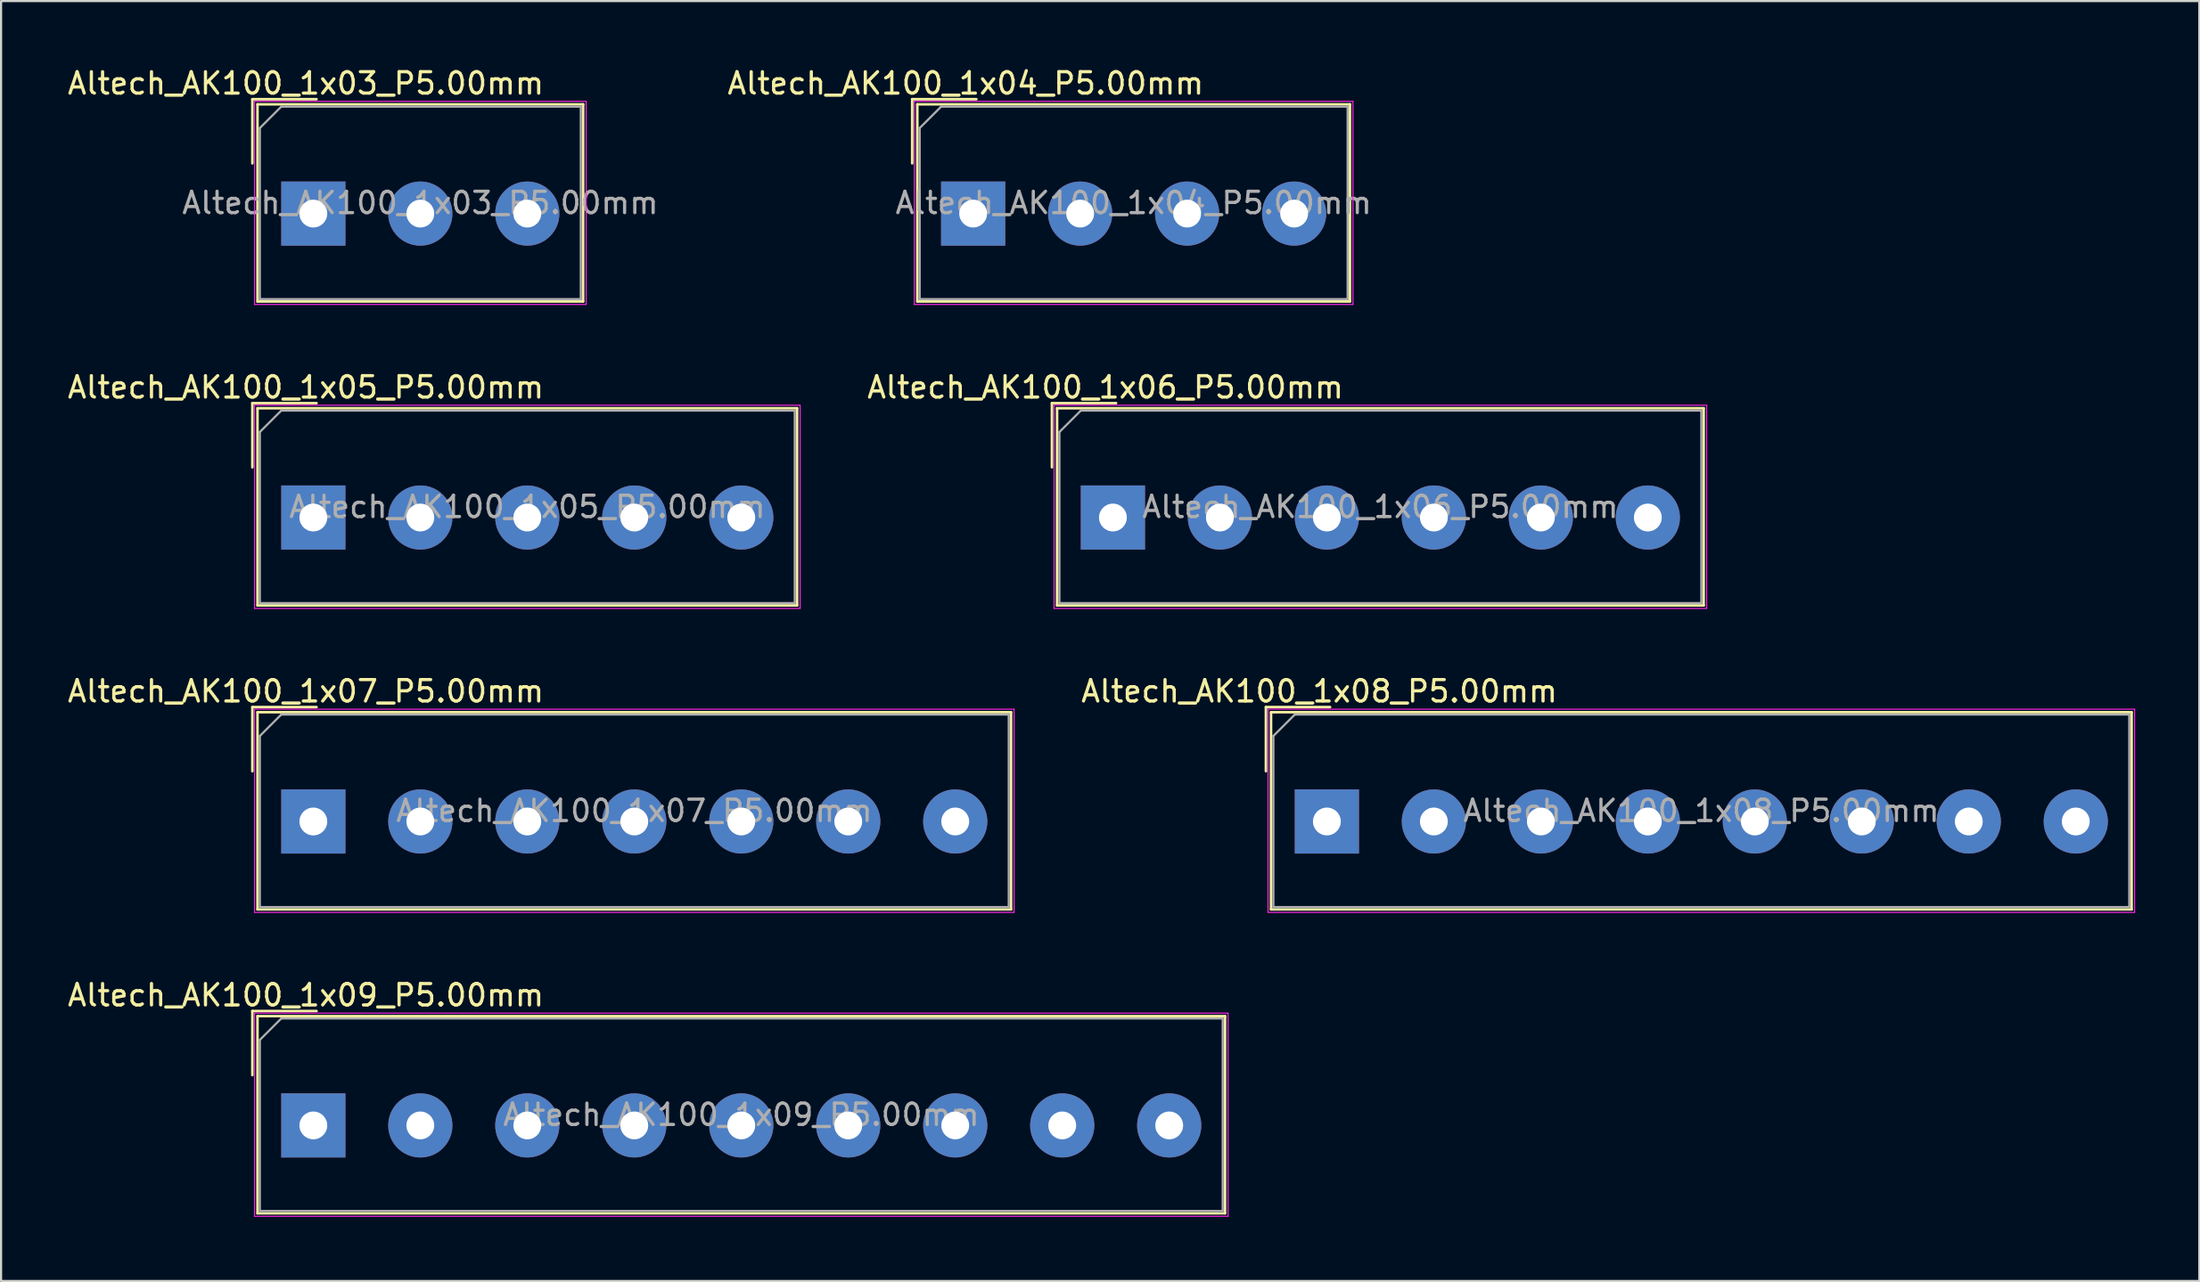
<source format=kicad_pcb>
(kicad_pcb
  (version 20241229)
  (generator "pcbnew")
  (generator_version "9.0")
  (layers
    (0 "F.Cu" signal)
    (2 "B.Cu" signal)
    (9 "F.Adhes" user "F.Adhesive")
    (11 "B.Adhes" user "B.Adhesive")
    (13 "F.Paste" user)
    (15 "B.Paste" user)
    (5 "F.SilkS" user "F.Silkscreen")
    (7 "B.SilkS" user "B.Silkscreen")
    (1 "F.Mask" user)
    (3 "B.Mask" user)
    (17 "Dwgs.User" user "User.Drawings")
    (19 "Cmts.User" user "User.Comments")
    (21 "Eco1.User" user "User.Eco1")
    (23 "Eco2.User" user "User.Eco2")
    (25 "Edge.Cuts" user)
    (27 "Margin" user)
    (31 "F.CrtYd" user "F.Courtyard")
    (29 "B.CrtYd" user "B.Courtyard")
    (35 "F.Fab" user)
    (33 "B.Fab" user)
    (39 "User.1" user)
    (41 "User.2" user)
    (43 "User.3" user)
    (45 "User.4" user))
  (footprint "Altech_AK100_1x06_P5.00mm"
    (layer "F.Cu")
    (at 48.963 21.151)
    (property "Reference" "Altech_AK100_1x06_P5.00mm" (at -0.35 -6.09 0) (layer "F.SilkS") (effects (font (size 1 1) (thickness 0.15))))
    (attr through_hole)
    (fp_line (start -2.85 -5.35) (end 0.15 -5.35) (stroke (width 0.12) (type solid)) (layer "F.SilkS"))
    (fp_line (start -2.85 -2.35) (end -2.85 -5.35) (stroke (width 0.12) (type solid)) (layer "F.SilkS"))
    (fp_line (start -2.61 -5.11) (end -2.61 4.11) (stroke (width 0.12) (type solid)) (layer "F.SilkS"))
    (fp_line (start -2.61 -5.11) (end 27.61 -5.11) (stroke (width 0.12) (type solid)) (layer "F.SilkS"))
    (fp_line (start -2.61 4.11) (end 27.61 4.11) (stroke (width 0.12) (type solid)) (layer "F.SilkS"))
    (fp_line (start 27.61 -5.11) (end 27.61 4.11) (stroke (width 0.12) (type solid)) (layer "F.SilkS"))
    (fp_line (start -2.75 -5.25) (end -2.75 4.25) (stroke (width 0.05) (type solid)) (layer "F.CrtYd"))
    (fp_line (start -2.75 -5.25) (end 27.75 -5.25) (stroke (width 0.05) (type solid)) (layer "F.CrtYd"))
    (fp_line (start -2.75 4.25) (end 27.75 4.25) (stroke (width 0.05) (type solid)) (layer "F.CrtYd"))
    (fp_line (start 27.75 -5.25) (end 27.75 4.25) (stroke (width 0.05) (type solid)) (layer "F.CrtYd"))
    (fp_line (start -2.5 -4) (end -1.5 -5) (stroke (width 0.1) (type solid)) (layer "F.Fab"))
    (fp_line (start -2.5 4) (end -2.5 -4) (stroke (width 0.1) (type solid)) (layer "F.Fab"))
    (fp_line (start -1.5 -5) (end 27.5 -5) (stroke (width 0.1) (type solid)) (layer "F.Fab"))
    (fp_line (start 27.5 -5) (end 27.5 4) (stroke (width 0.1) (type solid)) (layer "F.Fab"))
    (fp_line (start 27.5 4) (end -2.5 4) (stroke (width 0.1) (type solid)) (layer "F.Fab"))
    (fp_text user "${REFERENCE}" (at 12.5 -0.5 0) (layer "F.Fab") (effects (font (size 1 1) (thickness 0.15))))
    (pad "1" thru_hole rect (at 0 0) (size 3 3) (drill 1.3) (layers "*.Cu" "*.Mask"))
    (pad "2" thru_hole circle (at 5 0) (size 3 3) (drill 1.3) (layers "*.Cu" "*.Mask"))
    (pad "3" thru_hole circle (at 10 0) (size 3 3) (drill 1.3) (layers "*.Cu" "*.Mask"))
    (pad "4" thru_hole circle (at 15 0) (size 3 3) (drill 1.3) (layers "*.Cu" "*.Mask"))
    (pad "5" thru_hole circle (at 20 0) (size 3 3) (drill 1.3) (layers "*.Cu" "*.Mask"))
    (pad "6" thru_hole circle (at 25 0) (size 3 3) (drill 1.3) (layers "*.Cu" "*.Mask")))
  (footprint "Altech_AK100_1x04_P5.00mm"
    (layer "F.Cu")
    (at 42.432 6.938)
    (property "Reference" "Altech_AK100_1x04_P5.00mm" (at -0.35 -6.09 0) (layer "F.SilkS") (effects (font (size 1 1) (thickness 0.15))))
    (attr through_hole)
    (fp_line (start -2.85 -5.35) (end 0.15 -5.35) (stroke (width 0.12) (type solid)) (layer "F.SilkS"))
    (fp_line (start -2.85 -2.35) (end -2.85 -5.35) (stroke (width 0.12) (type solid)) (layer "F.SilkS"))
    (fp_line (start -2.61 -5.11) (end -2.61 4.11) (stroke (width 0.12) (type solid)) (layer "F.SilkS"))
    (fp_line (start -2.61 -5.11) (end 17.61 -5.11) (stroke (width 0.12) (type solid)) (layer "F.SilkS"))
    (fp_line (start -2.61 4.11) (end 17.61 4.11) (stroke (width 0.12) (type solid)) (layer "F.SilkS"))
    (fp_line (start 17.61 -5.11) (end 17.61 4.11) (stroke (width 0.12) (type solid)) (layer "F.SilkS"))
    (fp_line (start -2.75 -5.25) (end -2.75 4.25) (stroke (width 0.05) (type solid)) (layer "F.CrtYd"))
    (fp_line (start -2.75 -5.25) (end 17.75 -5.25) (stroke (width 0.05) (type solid)) (layer "F.CrtYd"))
    (fp_line (start -2.75 4.25) (end 17.75 4.25) (stroke (width 0.05) (type solid)) (layer "F.CrtYd"))
    (fp_line (start 17.75 -5.25) (end 17.75 4.25) (stroke (width 0.05) (type solid)) (layer "F.CrtYd"))
    (fp_line (start -2.5 -4) (end -1.5 -5) (stroke (width 0.1) (type solid)) (layer "F.Fab"))
    (fp_line (start -2.5 4) (end -2.5 -4) (stroke (width 0.1) (type solid)) (layer "F.Fab"))
    (fp_line (start -1.5 -5) (end 17.5 -5) (stroke (width 0.1) (type solid)) (layer "F.Fab"))
    (fp_line (start 17.5 -5) (end 17.5 4) (stroke (width 0.1) (type solid)) (layer "F.Fab"))
    (fp_line (start 17.5 4) (end -2.5 4) (stroke (width 0.1) (type solid)) (layer "F.Fab"))
    (fp_text user "${REFERENCE}" (at 7.5 -0.5 0) (layer "F.Fab") (effects (font (size 1 1) (thickness 0.15))))
    (pad "1" thru_hole rect (at 0 0) (size 3 3) (drill 1.3) (layers "*.Cu" "*.Mask"))
    (pad "2" thru_hole circle (at 5 0) (size 3 3) (drill 1.3) (layers "*.Cu" "*.Mask"))
    (pad "3" thru_hole circle (at 10 0) (size 3 3) (drill 1.3) (layers "*.Cu" "*.Mask"))
    (pad "4" thru_hole circle (at 15 0) (size 3 3) (drill 1.3) (layers "*.Cu" "*.Mask")))
  (footprint "Altech_AK100_1x05_P5.00mm"
    (layer "F.Cu")
    (at 11.594 21.151)
    (property "Reference" "Altech_AK100_1x05_P5.00mm" (at -0.35 -6.09 0) (layer "F.SilkS") (effects (font (size 1 1) (thickness 0.15))))
    (attr through_hole)
    (fp_line (start -2.85 -5.35) (end 0.15 -5.35) (stroke (width 0.12) (type solid)) (layer "F.SilkS"))
    (fp_line (start -2.85 -2.35) (end -2.85 -5.35) (stroke (width 0.12) (type solid)) (layer "F.SilkS"))
    (fp_line (start -2.61 -5.11) (end -2.61 4.11) (stroke (width 0.12) (type solid)) (layer "F.SilkS"))
    (fp_line (start -2.61 -5.11) (end 22.61 -5.11) (stroke (width 0.12) (type solid)) (layer "F.SilkS"))
    (fp_line (start -2.61 4.11) (end 22.61 4.11) (stroke (width 0.12) (type solid)) (layer "F.SilkS"))
    (fp_line (start 22.61 -5.11) (end 22.61 4.11) (stroke (width 0.12) (type solid)) (layer "F.SilkS"))
    (fp_line (start -2.75 -5.25) (end -2.75 4.25) (stroke (width 0.05) (type solid)) (layer "F.CrtYd"))
    (fp_line (start -2.75 -5.25) (end 22.75 -5.25) (stroke (width 0.05) (type solid)) (layer "F.CrtYd"))
    (fp_line (start -2.75 4.25) (end 22.75 4.25) (stroke (width 0.05) (type solid)) (layer "F.CrtYd"))
    (fp_line (start 22.75 -5.25) (end 22.75 4.25) (stroke (width 0.05) (type solid)) (layer "F.CrtYd"))
    (fp_line (start -2.5 -4) (end -1.5 -5) (stroke (width 0.1) (type solid)) (layer "F.Fab"))
    (fp_line (start -2.5 4) (end -2.5 -4) (stroke (width 0.1) (type solid)) (layer "F.Fab"))
    (fp_line (start -1.5 -5) (end 22.5 -5) (stroke (width 0.1) (type solid)) (layer "F.Fab"))
    (fp_line (start 22.5 -5) (end 22.5 4) (stroke (width 0.1) (type solid)) (layer "F.Fab"))
    (fp_line (start 22.5 4) (end -2.5 4) (stroke (width 0.1) (type solid)) (layer "F.Fab"))
    (fp_text user "${REFERENCE}" (at 10 -0.5 0) (layer "F.Fab") (effects (font (size 1 1) (thickness 0.15))))
    (pad "1" thru_hole rect (at 0 0) (size 3 3) (drill 1.3) (layers "*.Cu" "*.Mask"))
    (pad "2" thru_hole circle (at 5 0) (size 3 3) (drill 1.3) (layers "*.Cu" "*.Mask"))
    (pad "3" thru_hole circle (at 10 0) (size 3 3) (drill 1.3) (layers "*.Cu" "*.Mask"))
    (pad "4" thru_hole circle (at 15 0) (size 3 3) (drill 1.3) (layers "*.Cu" "*.Mask"))
    (pad "5" thru_hole circle (at 20 0) (size 3 3) (drill 1.3) (layers "*.Cu" "*.Mask")))
  (footprint "Altech_AK100_1x03_P5.00mm"
    (layer "F.Cu")
    (at 11.594 6.938)
    (property "Reference" "Altech_AK100_1x03_P5.00mm" (at -0.35 -6.09 0) (layer "F.SilkS") (effects (font (size 1 1) (thickness 0.15))))
    (attr through_hole)
    (fp_line (start -2.85 -5.35) (end 0.15 -5.35) (stroke (width 0.12) (type solid)) (layer "F.SilkS"))
    (fp_line (start -2.85 -2.35) (end -2.85 -5.35) (stroke (width 0.12) (type solid)) (layer "F.SilkS"))
    (fp_line (start -2.61 -5.11) (end -2.61 4.11) (stroke (width 0.12) (type solid)) (layer "F.SilkS"))
    (fp_line (start -2.61 -5.11) (end 12.61 -5.11) (stroke (width 0.12) (type solid)) (layer "F.SilkS"))
    (fp_line (start -2.61 4.11) (end 12.61 4.11) (stroke (width 0.12) (type solid)) (layer "F.SilkS"))
    (fp_line (start 12.61 -5.11) (end 12.61 4.11) (stroke (width 0.12) (type solid)) (layer "F.SilkS"))
    (fp_line (start -2.75 -5.25) (end -2.75 4.25) (stroke (width 0.05) (type solid)) (layer "F.CrtYd"))
    (fp_line (start -2.75 -5.25) (end 12.75 -5.25) (stroke (width 0.05) (type solid)) (layer "F.CrtYd"))
    (fp_line (start -2.75 4.25) (end 12.75 4.25) (stroke (width 0.05) (type solid)) (layer "F.CrtYd"))
    (fp_line (start 12.75 -5.25) (end 12.75 4.25) (stroke (width 0.05) (type solid)) (layer "F.CrtYd"))
    (fp_line (start -2.5 -4) (end -1.5 -5) (stroke (width 0.1) (type solid)) (layer "F.Fab"))
    (fp_line (start -2.5 4) (end -2.5 -4) (stroke (width 0.1) (type solid)) (layer "F.Fab"))
    (fp_line (start -1.5 -5) (end 12.5 -5) (stroke (width 0.1) (type solid)) (layer "F.Fab"))
    (fp_line (start 12.5 -5) (end 12.5 4) (stroke (width 0.1) (type solid)) (layer "F.Fab"))
    (fp_line (start 12.5 4) (end -2.5 4) (stroke (width 0.1) (type solid)) (layer "F.Fab"))
    (fp_text user "${REFERENCE}" (at 5 -0.5 0) (layer "F.Fab") (effects (font (size 1 1) (thickness 0.15))))
    (pad "1" thru_hole rect (at 0 0) (size 3 3) (drill 1.3) (layers "*.Cu" "*.Mask"))
    (pad "2" thru_hole circle (at 5 0) (size 3 3) (drill 1.3) (layers "*.Cu" "*.Mask"))
    (pad "3" thru_hole circle (at 10 0) (size 3 3) (drill 1.3) (layers "*.Cu" "*.Mask")))
  (footprint "Altech_AK100_1x07_P5.00mm"
    (layer "F.Cu")
    (at 11.594 35.365)
    (property "Reference" "Altech_AK100_1x07_P5.00mm" (at -0.35 -6.09 0) (layer "F.SilkS") (effects (font (size 1 1) (thickness 0.15))))
    (attr through_hole)
    (fp_line (start -2.85 -5.35) (end 0.15 -5.35) (stroke (width 0.12) (type solid)) (layer "F.SilkS"))
    (fp_line (start -2.85 -2.35) (end -2.85 -5.35) (stroke (width 0.12) (type solid)) (layer "F.SilkS"))
    (fp_line (start -2.61 -5.11) (end -2.61 4.11) (stroke (width 0.12) (type solid)) (layer "F.SilkS"))
    (fp_line (start -2.61 -5.11) (end 32.61 -5.11) (stroke (width 0.12) (type solid)) (layer "F.SilkS"))
    (fp_line (start -2.61 4.11) (end 32.61 4.11) (stroke (width 0.12) (type solid)) (layer "F.SilkS"))
    (fp_line (start 32.61 -5.11) (end 32.61 4.11) (stroke (width 0.12) (type solid)) (layer "F.SilkS"))
    (fp_line (start -2.75 -5.25) (end -2.75 4.25) (stroke (width 0.05) (type solid)) (layer "F.CrtYd"))
    (fp_line (start -2.75 -5.25) (end 32.75 -5.25) (stroke (width 0.05) (type solid)) (layer "F.CrtYd"))
    (fp_line (start -2.75 4.25) (end 32.75 4.25) (stroke (width 0.05) (type solid)) (layer "F.CrtYd"))
    (fp_line (start 32.75 -5.25) (end 32.75 4.25) (stroke (width 0.05) (type solid)) (layer "F.CrtYd"))
    (fp_line (start -2.5 -4) (end -1.5 -5) (stroke (width 0.1) (type solid)) (layer "F.Fab"))
    (fp_line (start -2.5 4) (end -2.5 -4) (stroke (width 0.1) (type solid)) (layer "F.Fab"))
    (fp_line (start -1.5 -5) (end 32.5 -5) (stroke (width 0.1) (type solid)) (layer "F.Fab"))
    (fp_line (start 32.5 -5) (end 32.5 4) (stroke (width 0.1) (type solid)) (layer "F.Fab"))
    (fp_line (start 32.5 4) (end -2.5 4) (stroke (width 0.1) (type solid)) (layer "F.Fab"))
    (fp_text user "${REFERENCE}" (at 15 -0.5 0) (layer "F.Fab") (effects (font (size 1 1) (thickness 0.15))))
    (pad "1" thru_hole rect (at 0 0) (size 3 3) (drill 1.3) (layers "*.Cu" "*.Mask"))
    (pad "2" thru_hole circle (at 5 0) (size 3 3) (drill 1.3) (layers "*.Cu" "*.Mask"))
    (pad "3" thru_hole circle (at 10 0) (size 3 3) (drill 1.3) (layers "*.Cu" "*.Mask"))
    (pad "4" thru_hole circle (at 15 0) (size 3 3) (drill 1.3) (layers "*.Cu" "*.Mask"))
    (pad "5" thru_hole circle (at 20 0) (size 3 3) (drill 1.3) (layers "*.Cu" "*.Mask"))
    (pad "6" thru_hole circle (at 25 0) (size 3 3) (drill 1.3) (layers "*.Cu" "*.Mask"))
    (pad "7" thru_hole circle (at 30 0) (size 3 3) (drill 1.3) (layers "*.Cu" "*.Mask")))
  (footprint "Altech_AK100_1x09_P5.00mm"
    (layer "F.Cu")
    (at 11.594 49.578)
    (property "Reference" "Altech_AK100_1x09_P5.00mm" (at -0.35 -6.09 0) (layer "F.SilkS") (effects (font (size 1 1) (thickness 0.15))))
    (attr through_hole)
    (fp_line (start -2.85 -5.35) (end 0.15 -5.35) (stroke (width 0.12) (type solid)) (layer "F.SilkS"))
    (fp_line (start -2.85 -2.35) (end -2.85 -5.35) (stroke (width 0.12) (type solid)) (layer "F.SilkS"))
    (fp_line (start -2.61 -5.11) (end -2.61 4.11) (stroke (width 0.12) (type solid)) (layer "F.SilkS"))
    (fp_line (start -2.61 -5.11) (end 42.61 -5.11) (stroke (width 0.12) (type solid)) (layer "F.SilkS"))
    (fp_line (start -2.61 4.11) (end 42.61 4.11) (stroke (width 0.12) (type solid)) (layer "F.SilkS"))
    (fp_line (start 42.61 -5.11) (end 42.61 4.11) (stroke (width 0.12) (type solid)) (layer "F.SilkS"))
    (fp_line (start -2.75 -5.25) (end -2.75 4.25) (stroke (width 0.05) (type solid)) (layer "F.CrtYd"))
    (fp_line (start -2.75 -5.25) (end 42.75 -5.25) (stroke (width 0.05) (type solid)) (layer "F.CrtYd"))
    (fp_line (start -2.75 4.25) (end 42.75 4.25) (stroke (width 0.05) (type solid)) (layer "F.CrtYd"))
    (fp_line (start 42.75 -5.25) (end 42.75 4.25) (stroke (width 0.05) (type solid)) (layer "F.CrtYd"))
    (fp_line (start -2.5 -4) (end -1.5 -5) (stroke (width 0.1) (type solid)) (layer "F.Fab"))
    (fp_line (start -2.5 4) (end -2.5 -4) (stroke (width 0.1) (type solid)) (layer "F.Fab"))
    (fp_line (start -1.5 -5) (end 42.5 -5) (stroke (width 0.1) (type solid)) (layer "F.Fab"))
    (fp_line (start 42.5 -5) (end 42.5 4) (stroke (width 0.1) (type solid)) (layer "F.Fab"))
    (fp_line (start 42.5 4) (end -2.5 4) (stroke (width 0.1) (type solid)) (layer "F.Fab"))
    (fp_text user "${REFERENCE}" (at 20 -0.5 0) (layer "F.Fab") (effects (font (size 1 1) (thickness 0.15))))
    (pad "1" thru_hole rect (at 0 0) (size 3 3) (drill 1.3) (layers "*.Cu" "*.Mask"))
    (pad "2" thru_hole circle (at 5 0) (size 3 3) (drill 1.3) (layers "*.Cu" "*.Mask"))
    (pad "3" thru_hole circle (at 10 0) (size 3 3) (drill 1.3) (layers "*.Cu" "*.Mask"))
    (pad "4" thru_hole circle (at 15 0) (size 3 3) (drill 1.3) (layers "*.Cu" "*.Mask"))
    (pad "5" thru_hole circle (at 20 0) (size 3 3) (drill 1.3) (layers "*.Cu" "*.Mask"))
    (pad "6" thru_hole circle (at 25 0) (size 3 3) (drill 1.3) (layers "*.Cu" "*.Mask"))
    (pad "7" thru_hole circle (at 30 0) (size 3 3) (drill 1.3) (layers "*.Cu" "*.Mask"))
    (pad "8" thru_hole circle (at 35 0) (size 3 3) (drill 1.3) (layers "*.Cu" "*.Mask"))
    (pad "9" thru_hole circle (at 40 0) (size 3 3) (drill 1.3) (layers "*.Cu" "*.Mask")))
  (footprint "Altech_AK100_1x08_P5.00mm"
    (layer "F.Cu")
    (at 58.963 35.365)
    (property "Reference" "Altech_AK100_1x08_P5.00mm" (at -0.35 -6.09 0) (layer "F.SilkS") (effects (font (size 1 1) (thickness 0.15))))
    (attr through_hole)
    (fp_line (start -2.85 -5.35) (end 0.15 -5.35) (stroke (width 0.12) (type solid)) (layer "F.SilkS"))
    (fp_line (start -2.85 -2.35) (end -2.85 -5.35) (stroke (width 0.12) (type solid)) (layer "F.SilkS"))
    (fp_line (start -2.61 -5.11) (end -2.61 4.11) (stroke (width 0.12) (type solid)) (layer "F.SilkS"))
    (fp_line (start -2.61 -5.11) (end 37.61 -5.11) (stroke (width 0.12) (type solid)) (layer "F.SilkS"))
    (fp_line (start -2.61 4.11) (end 37.61 4.11) (stroke (width 0.12) (type solid)) (layer "F.SilkS"))
    (fp_line (start 37.61 -5.11) (end 37.61 4.11) (stroke (width 0.12) (type solid)) (layer "F.SilkS"))
    (fp_line (start -2.75 -5.25) (end -2.75 4.25) (stroke (width 0.05) (type solid)) (layer "F.CrtYd"))
    (fp_line (start -2.75 -5.25) (end 37.75 -5.25) (stroke (width 0.05) (type solid)) (layer "F.CrtYd"))
    (fp_line (start -2.75 4.25) (end 37.75 4.25) (stroke (width 0.05) (type solid)) (layer "F.CrtYd"))
    (fp_line (start 37.75 -5.25) (end 37.75 4.25) (stroke (width 0.05) (type solid)) (layer "F.CrtYd"))
    (fp_line (start -2.5 -4) (end -1.5 -5) (stroke (width 0.1) (type solid)) (layer "F.Fab"))
    (fp_line (start -2.5 4) (end -2.5 -4) (stroke (width 0.1) (type solid)) (layer "F.Fab"))
    (fp_line (start -1.5 -5) (end 37.5 -5) (stroke (width 0.1) (type solid)) (layer "F.Fab"))
    (fp_line (start 37.5 -5) (end 37.5 4) (stroke (width 0.1) (type solid)) (layer "F.Fab"))
    (fp_line (start 37.5 4) (end -2.5 4) (stroke (width 0.1) (type solid)) (layer "F.Fab"))
    (fp_text user "${REFERENCE}" (at 17.5 -0.5 0) (layer "F.Fab") (effects (font (size 1 1) (thickness 0.15))))
    (pad "1" thru_hole rect (at 0 0) (size 3 3) (drill 1.3) (layers "*.Cu" "*.Mask"))
    (pad "2" thru_hole circle (at 5 0) (size 3 3) (drill 1.3) (layers "*.Cu" "*.Mask"))
    (pad "3" thru_hole circle (at 10 0) (size 3 3) (drill 1.3) (layers "*.Cu" "*.Mask"))
    (pad "4" thru_hole circle (at 15 0) (size 3 3) (drill 1.3) (layers "*.Cu" "*.Mask"))
    (pad "5" thru_hole circle (at 20 0) (size 3 3) (drill 1.3) (layers "*.Cu" "*.Mask"))
    (pad "6" thru_hole circle (at 25 0) (size 3 3) (drill 1.3) (layers "*.Cu" "*.Mask"))
    (pad "7" thru_hole circle (at 30 0) (size 3 3) (drill 1.3) (layers "*.Cu" "*.Mask"))
    (pad "8" thru_hole circle (at 35 0) (size 3 3) (drill 1.3) (layers "*.Cu" "*.Mask")))
  (gr_rect
    (start -3 -3)
    (end 99.738 56.853)
    (stroke (width 0.1) (type default))
    (fill no)
    (layer "Edge.Cuts")))
</source>
